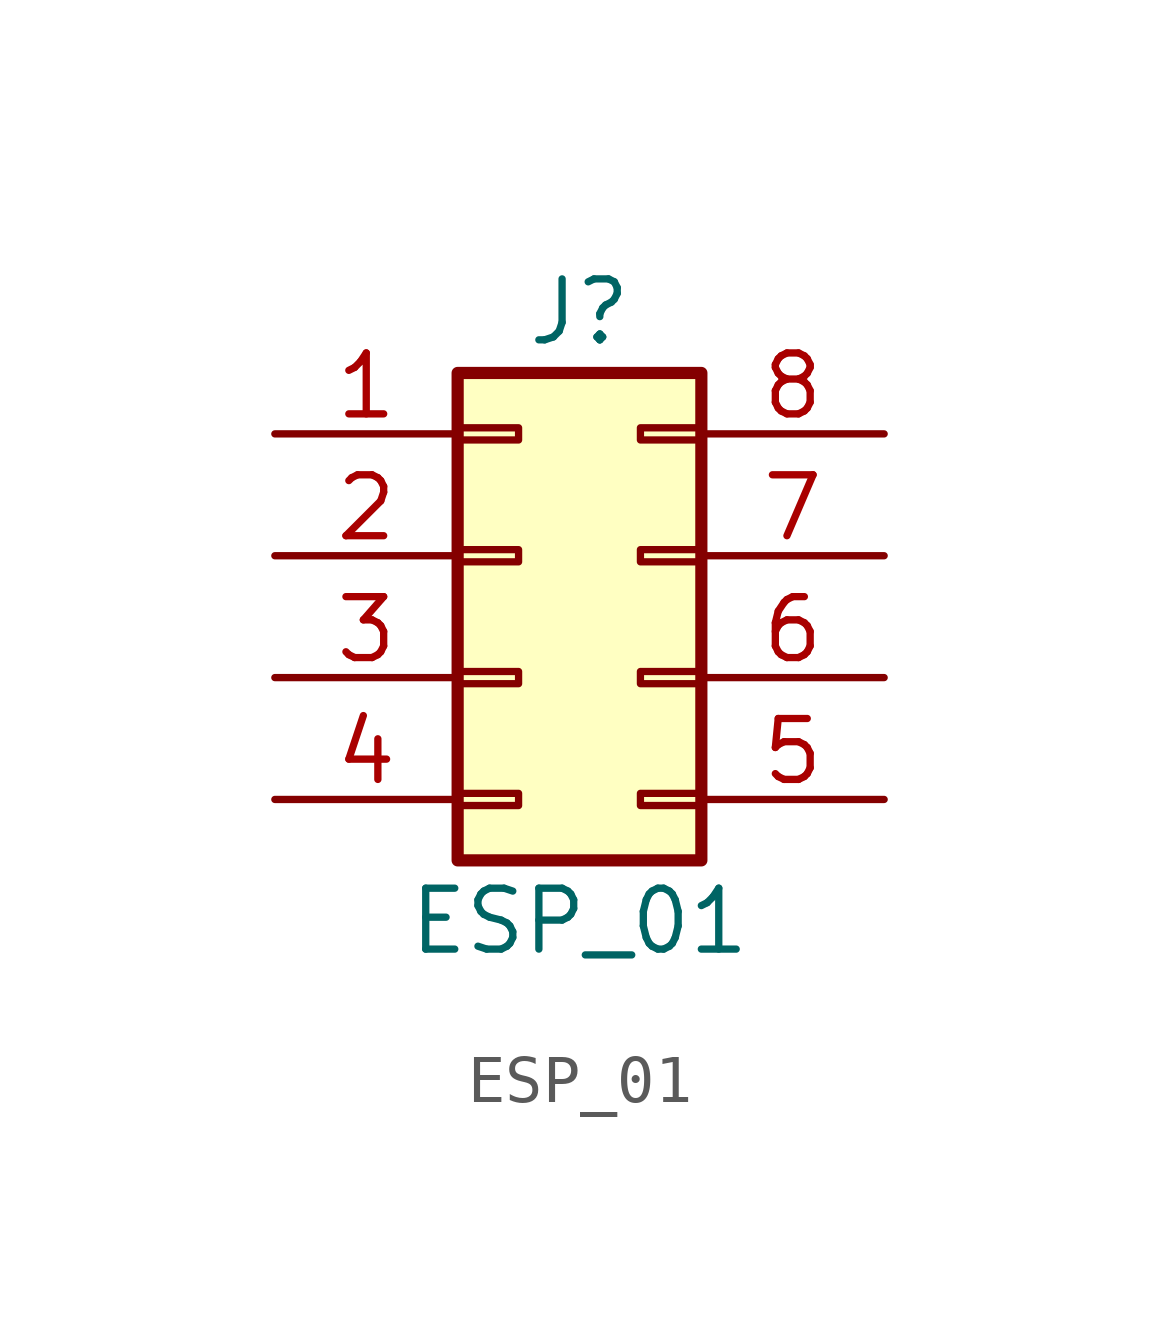
<source format=kicad_sym>
(kicad_symbol_lib
  (version 20211014)
  (generator kicad_symbol_editor)
  (symbol "ESP_01"
    (pin_names
      (offset 1.016) hide)
    (property "Reference" "J"
      (at 1.27 5.08 0)
      (effects (font (size 1.27 1.27))))
    (property "Value" "ESP_01"
      (at 1.27 -7.62 0)
      (effects (font (size 1.27 1.27))))
    (symbol "ESP_01_1_1"
      (rectangle (start -1.27 -4.953) (end 0 -5.207) (stroke (width 0.152) (type default) (color 0 0 0 0)) (fill (type none)))
      (rectangle (start -1.27 -2.413) (end 0 -2.667) (stroke (width 0.152) (type default) (color 0 0 0 0)) (fill (type none)))
      (rectangle (start -1.27 0.127) (end 0 -0.127) (stroke (width 0.152) (type default) (color 0 0 0 0)) (fill (type none)))
      (rectangle (start -1.27 2.667) (end 0 2.413) (stroke (width 0.152) (type default) (color 0 0 0 0)) (fill (type none)))
      (rectangle (start -1.27 3.81) (end 3.81 -6.35) (stroke (width 0.254) (type default) (color 0 0 0 0)) (fill (type background)))
      (rectangle (start 3.81 -4.953) (end 2.54 -5.207) (stroke (width 0.152) (type default) (color 0 0 0 0)) (fill (type none)))
      (rectangle (start 3.81 -2.413) (end 2.54 -2.667) (stroke (width 0.152) (type default) (color 0 0 0 0)) (fill (type none)))
      (rectangle (start 3.81 0.127) (end 2.54 -0.127) (stroke (width 0.152) (type default) (color 0 0 0 0)) (fill (type none)))
      (rectangle (start 3.81 2.667) (end 2.54 2.413) (stroke (width 0.152) (type default) (color 0 0 0 0)) (fill (type none)))
      (pin output line (at -5.08 2.54 0) (length 3.81) (name "TX" (effects (font (size 1.27 1.27)))) (number "1" (effects (font (size 1.27 1.27)))))
      (pin input line (at -5.08 0 0) (length 3.81) (name "CHPD" (effects (font (size 1.27 1.27)))) (number "2" (effects (font (size 1.27 1.27)))))
      (pin input line (at -5.08 -2.54 0) (length 3.81) (name "RST" (effects (font (size 1.27 1.27)))) (number "3" (effects (font (size 1.27 1.27)))))
      (pin power_in line (at -5.08 -5.08 0) (length 3.81) (name "VDD" (effects (font (size 1.27 1.27)))) (number "4" (effects (font (size 1.27 1.27)))))
      (pin input line (at 7.62 -5.08 180) (length 3.81) (name "RX" (effects (font (size 1.27 1.27)))) (number "5" (effects (font (size 1.27 1.27)))))
      (pin bidirectional line (at 7.62 -2.54 180) (length 3.81) (name "GPID0" (effects (font (size 1.27 1.27)))) (number "6" (effects (font (size 1.27 1.27)))))
      (pin bidirectional line (at 7.62 0 180) (length 3.81) (name "GPID2" (effects (font (size 1.27 1.27)))) (number "7" (effects (font (size 1.27 1.27)))))
      (pin power_out line (at 7.62 2.54 180) (length 3.81) (name "GND" (effects (font (size 1.27 1.27)))) (number "8" (effects (font (size 1.27 1.27))))))))
</source>
